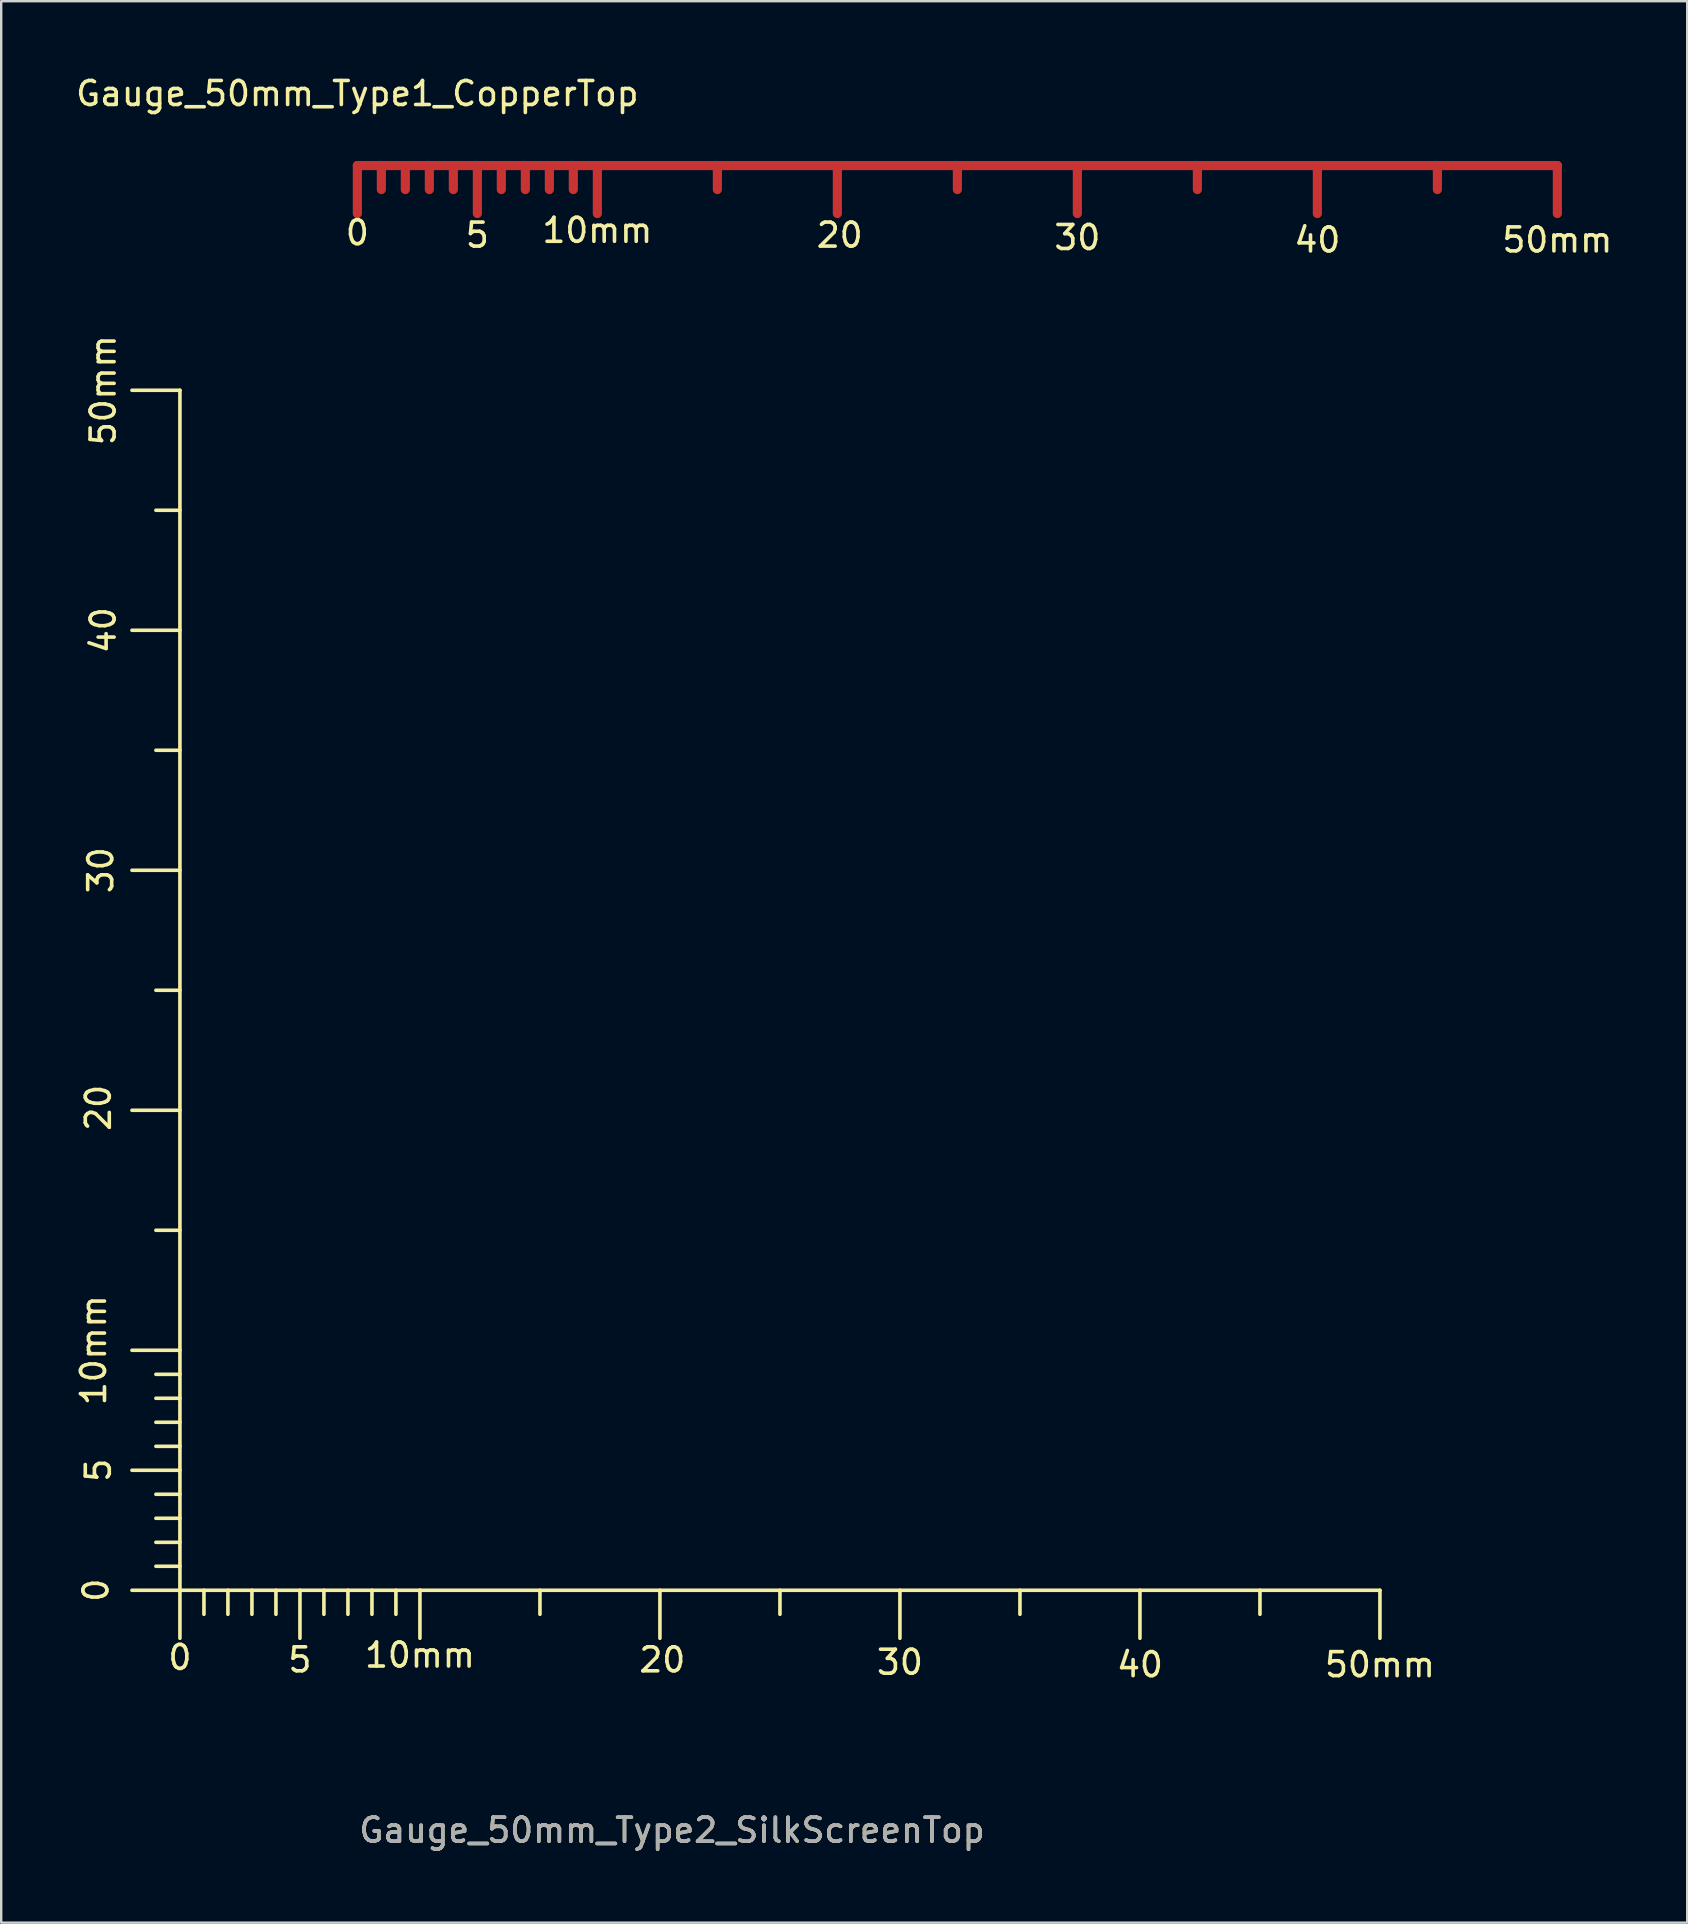
<source format=kicad_pcb>
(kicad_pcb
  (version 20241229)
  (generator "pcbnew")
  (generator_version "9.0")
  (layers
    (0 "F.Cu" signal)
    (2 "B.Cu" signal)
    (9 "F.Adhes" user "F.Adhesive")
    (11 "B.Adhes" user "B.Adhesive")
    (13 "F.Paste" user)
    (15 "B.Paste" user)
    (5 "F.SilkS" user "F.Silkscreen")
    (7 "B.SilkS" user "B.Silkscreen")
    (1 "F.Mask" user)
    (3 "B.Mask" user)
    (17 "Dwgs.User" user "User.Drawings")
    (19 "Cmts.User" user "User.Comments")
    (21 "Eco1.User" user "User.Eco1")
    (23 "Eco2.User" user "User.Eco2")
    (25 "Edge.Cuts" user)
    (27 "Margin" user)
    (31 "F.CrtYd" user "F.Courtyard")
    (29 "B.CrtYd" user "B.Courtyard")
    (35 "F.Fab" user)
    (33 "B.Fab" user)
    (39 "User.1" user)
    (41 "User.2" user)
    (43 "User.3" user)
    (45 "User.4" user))
  (footprint "Gauge_50mm_Type1_CopperTop"
    (layer "F.Cu")
    (at 11.839 3.848)
    (property "Reference" "Gauge_50mm_Type1_CopperTop" (at 0 -3 0) (layer "F.SilkS") (effects (font (size 1 1) (thickness 0.15))))
    (attr exclude_from_pos_files exclude_from_bom)
    (fp_line (start 0 0) (end 0 1.999) (stroke (width 0.381) (type solid)) (layer "F.Cu"))
    (fp_line (start 0 0) (end 10 0) (stroke (width 0.381) (type solid)) (layer "F.Cu"))
    (fp_line (start 1.001 0) (end 1.001 1.001) (stroke (width 0.381) (type solid)) (layer "F.Cu"))
    (fp_line (start 1.999 0) (end 1.999 1.001) (stroke (width 0.381) (type solid)) (layer "F.Cu"))
    (fp_line (start 3 0) (end 3 1.001) (stroke (width 0.381) (type solid)) (layer "F.Cu"))
    (fp_line (start 4 0) (end 4 1.001) (stroke (width 0.381) (type solid)) (layer "F.Cu"))
    (fp_line (start 5.001 0) (end 5.001 1.999) (stroke (width 0.381) (type solid)) (layer "F.Cu"))
    (fp_line (start 5.999 0) (end 5.999 1.001) (stroke (width 0.381) (type solid)) (layer "F.Cu"))
    (fp_line (start 7 0) (end 7 1.001) (stroke (width 0.381) (type solid)) (layer "F.Cu"))
    (fp_line (start 8.001 0) (end 8.001 1.001) (stroke (width 0.381) (type solid)) (layer "F.Cu"))
    (fp_line (start 8.999 0) (end 8.999 1.001) (stroke (width 0.381) (type solid)) (layer "F.Cu"))
    (fp_line (start 10 0) (end 10 1.999) (stroke (width 0.381) (type solid)) (layer "F.Cu"))
    (fp_line (start 10 0) (end 50 0) (stroke (width 0.381) (type solid)) (layer "F.Cu"))
    (fp_line (start 15.001 0) (end 15.001 1.001) (stroke (width 0.381) (type solid)) (layer "F.Cu"))
    (fp_line (start 20 0) (end 20 1.999) (stroke (width 0.381) (type solid)) (layer "F.Cu"))
    (fp_line (start 25.001 0) (end 25.001 1.001) (stroke (width 0.381) (type solid)) (layer "F.Cu"))
    (fp_line (start 30 0) (end 30 1.999) (stroke (width 0.381) (type solid)) (layer "F.Cu"))
    (fp_line (start 35.001 0) (end 35.001 1.001) (stroke (width 0.381) (type solid)) (layer "F.Cu"))
    (fp_line (start 40 0) (end 40 1.999) (stroke (width 0.381) (type solid)) (layer "F.Cu"))
    (fp_line (start 45.001 0) (end 45.001 1.001) (stroke (width 0.381) (type solid)) (layer "F.Cu"))
    (fp_line (start 50 0) (end 50 1.999) (stroke (width 0.381) (type solid)) (layer "F.Cu"))
    (fp_text user "20" (at 20.099 2.901 0) (layer "F.SilkS") (effects (font (size 1 1) (thickness 0.15))))
    (fp_text user "10mm" (at 10 2.7 0) (layer "F.SilkS") (effects (font (size 1 1) (thickness 0.15))))
    (fp_text user "40" (at 40 3.101 0) (layer "F.SilkS") (effects (font (size 1 1) (thickness 0.15))))
    (fp_text user "5" (at 4.999 2.901 0) (layer "F.SilkS") (effects (font (size 1 1) (thickness 0.15))))
    (fp_text user "0" (at 0 2.799 0) (layer "F.SilkS") (effects (font (size 1 1) (thickness 0.15))))
    (fp_text user "30" (at 30 3 0) (layer "F.SilkS") (effects (font (size 1 1) (thickness 0.15))))
    (fp_text user "50mm" (at 50 3.101 0) (layer "F.SilkS") (effects (font (size 1 1) (thickness 0.15)))))
  (footprint "Gauge_50mm_Type2_SilkScreenTop"
    (layer "F.Cu")
    (at 4.447 63.211)
    (property "Reference" "Gauge_50mm_Type2_SilkScreenTop" (at 20.5 10 0) (layer "F.SilkS") (effects (font (size 1 1) (thickness 0.15))))
    (attr exclude_from_pos_files exclude_from_bom)
    (fp_line (start 0 -50) (end -1.999 -50) (stroke (width 0.15) (type solid)) (layer "F.SilkS"))
    (fp_line (start 0 -45.001) (end -1.001 -45.001) (stroke (width 0.15) (type solid)) (layer "F.SilkS"))
    (fp_line (start 0 -40) (end -1.999 -40) (stroke (width 0.15) (type solid)) (layer "F.SilkS"))
    (fp_line (start 0 -35.001) (end -1.001 -35.001) (stroke (width 0.15) (type solid)) (layer "F.SilkS"))
    (fp_line (start 0 -30) (end -1.999 -30) (stroke (width 0.15) (type solid)) (layer "F.SilkS"))
    (fp_line (start 0 -25.001) (end -1.001 -25.001) (stroke (width 0.15) (type solid)) (layer "F.SilkS"))
    (fp_line (start 0 -20) (end -1.999 -20) (stroke (width 0.15) (type solid)) (layer "F.SilkS"))
    (fp_line (start 0 -15.001) (end -1.001 -15.001) (stroke (width 0.15) (type solid)) (layer "F.SilkS"))
    (fp_line (start 0 -10) (end -1.999 -10) (stroke (width 0.15) (type solid)) (layer "F.SilkS"))
    (fp_line (start 0 -8.999) (end -1.001 -8.999) (stroke (width 0.15) (type solid)) (layer "F.SilkS"))
    (fp_line (start 0 -8.001) (end -1.001 -8.001) (stroke (width 0.15) (type solid)) (layer "F.SilkS"))
    (fp_line (start 0 -7) (end -1.001 -7) (stroke (width 0.15) (type solid)) (layer "F.SilkS"))
    (fp_line (start 0 -5.999) (end -1.001 -5.999) (stroke (width 0.15) (type solid)) (layer "F.SilkS"))
    (fp_line (start 0 -5.001) (end -1.999 -5.001) (stroke (width 0.15) (type solid)) (layer "F.SilkS"))
    (fp_line (start 0 -4) (end -1.001 -4) (stroke (width 0.15) (type solid)) (layer "F.SilkS"))
    (fp_line (start 0 -3) (end -1.001 -3) (stroke (width 0.15) (type solid)) (layer "F.SilkS"))
    (fp_line (start 0 -1.999) (end -1.001 -1.999) (stroke (width 0.15) (type solid)) (layer "F.SilkS"))
    (fp_line (start 0 -1.001) (end -1.001 -1.001) (stroke (width 0.15) (type solid)) (layer "F.SilkS"))
    (fp_line (start 0 0) (end -1.999 0) (stroke (width 0.15) (type solid)) (layer "F.SilkS"))
    (fp_line (start 0 0) (end 0 -50) (stroke (width 0.15) (type solid)) (layer "F.SilkS"))
    (fp_line (start 0 0) (end 0 1.999) (stroke (width 0.15) (type solid)) (layer "F.SilkS"))
    (fp_line (start 0 0) (end 10 0) (stroke (width 0.15) (type solid)) (layer "F.SilkS"))
    (fp_line (start 1.001 0) (end 1.001 1.001) (stroke (width 0.15) (type solid)) (layer "F.SilkS"))
    (fp_line (start 1.999 0) (end 1.999 1.001) (stroke (width 0.15) (type solid)) (layer "F.SilkS"))
    (fp_line (start 3 0) (end 3 1.001) (stroke (width 0.15) (type solid)) (layer "F.SilkS"))
    (fp_line (start 4 0) (end 4 1.001) (stroke (width 0.15) (type solid)) (layer "F.SilkS"))
    (fp_line (start 5.001 0) (end 5.001 1.999) (stroke (width 0.15) (type solid)) (layer "F.SilkS"))
    (fp_line (start 5.999 0) (end 5.999 1.001) (stroke (width 0.15) (type solid)) (layer "F.SilkS"))
    (fp_line (start 7 0) (end 7 1.001) (stroke (width 0.15) (type solid)) (layer "F.SilkS"))
    (fp_line (start 8.001 0) (end 8.001 1.001) (stroke (width 0.15) (type solid)) (layer "F.SilkS"))
    (fp_line (start 8.999 0) (end 8.999 1.001) (stroke (width 0.15) (type solid)) (layer "F.SilkS"))
    (fp_line (start 10 0) (end 10 1.999) (stroke (width 0.15) (type solid)) (layer "F.SilkS"))
    (fp_line (start 10 0) (end 50 0) (stroke (width 0.15) (type solid)) (layer "F.SilkS"))
    (fp_line (start 15.001 0) (end 15.001 1.001) (stroke (width 0.15) (type solid)) (layer "F.SilkS"))
    (fp_line (start 20 0) (end 20 1.999) (stroke (width 0.15) (type solid)) (layer "F.SilkS"))
    (fp_line (start 25.001 0) (end 25.001 1.001) (stroke (width 0.15) (type solid)) (layer "F.SilkS"))
    (fp_line (start 30 0) (end 30 1.999) (stroke (width 0.15) (type solid)) (layer "F.SilkS"))
    (fp_line (start 35.001 0) (end 35.001 1.001) (stroke (width 0.15) (type solid)) (layer "F.SilkS"))
    (fp_line (start 40 0) (end 40 1.999) (stroke (width 0.15) (type solid)) (layer "F.SilkS"))
    (fp_line (start 45.001 0) (end 45.001 1.001) (stroke (width 0.15) (type solid)) (layer "F.SilkS"))
    (fp_line (start 50 0) (end 50 1.999) (stroke (width 0.15) (type solid)) (layer "F.SilkS"))
    (fp_text user "5" (at 4.999 2.901 0) (layer "F.SilkS") (effects (font (size 1 1) (thickness 0.15))))
    (fp_text user "0" (at -3.5 -0.003 90) (layer "F.SilkS") (effects (font (size 1 1) (thickness 0.15))))
    (fp_text user "50mm" (at -3.198 -50.002 90) (layer "F.SilkS") (effects (font (size 1 1) (thickness 0.15))))
    (fp_text user "0" (at 0 2.799 0) (layer "F.SilkS") (effects (font (size 1 1) (thickness 0.15))))
    (fp_text user "40" (at -3.198 -40.002 90) (layer "F.SilkS") (effects (font (size 1 1) (thickness 0.15))))
    (fp_text user "20" (at -3.399 -20.102 90) (layer "F.SilkS") (effects (font (size 1 1) (thickness 0.15))))
    (fp_text user "5" (at -3.399 -5.001 90) (layer "F.SilkS") (effects (font (size 1 1) (thickness 0.15))))
    (fp_text user "10mm" (at 10 2.7 0) (layer "F.SilkS") (effects (font (size 1 1) (thickness 0.15))))
    (fp_text user "30" (at -3.299 -30.002 90) (layer "F.SilkS") (effects (font (size 1 1) (thickness 0.15))))
    (fp_text user "50mm" (at 50 3.101 0) (layer "F.SilkS") (effects (font (size 1 1) (thickness 0.15))))
    (fp_text user "40" (at 40 3.101 0) (layer "F.SilkS") (effects (font (size 1 1) (thickness 0.15))))
    (fp_text user "10mm" (at -3.599 -10.003 90) (layer "F.SilkS") (effects (font (size 1 1) (thickness 0.15))))
    (fp_text user "20" (at 20.099 2.901 0) (layer "F.SilkS") (effects (font (size 1 1) (thickness 0.15))))
    (fp_text user "30" (at 30 3 0) (layer "F.SilkS") (effects (font (size 1 1) (thickness 0.15))))
    (fp_text user "${REFERENCE}" (at 20.5 10 0) (layer "F.Fab") (effects (font (size 1 1) (thickness 0.15)))))
  (gr_rect
    (start -3 -3)
    (end 67.25 77.059)
    (stroke (width 0.1) (type default))
    (fill no)
    (layer "Edge.Cuts")))
</source>
